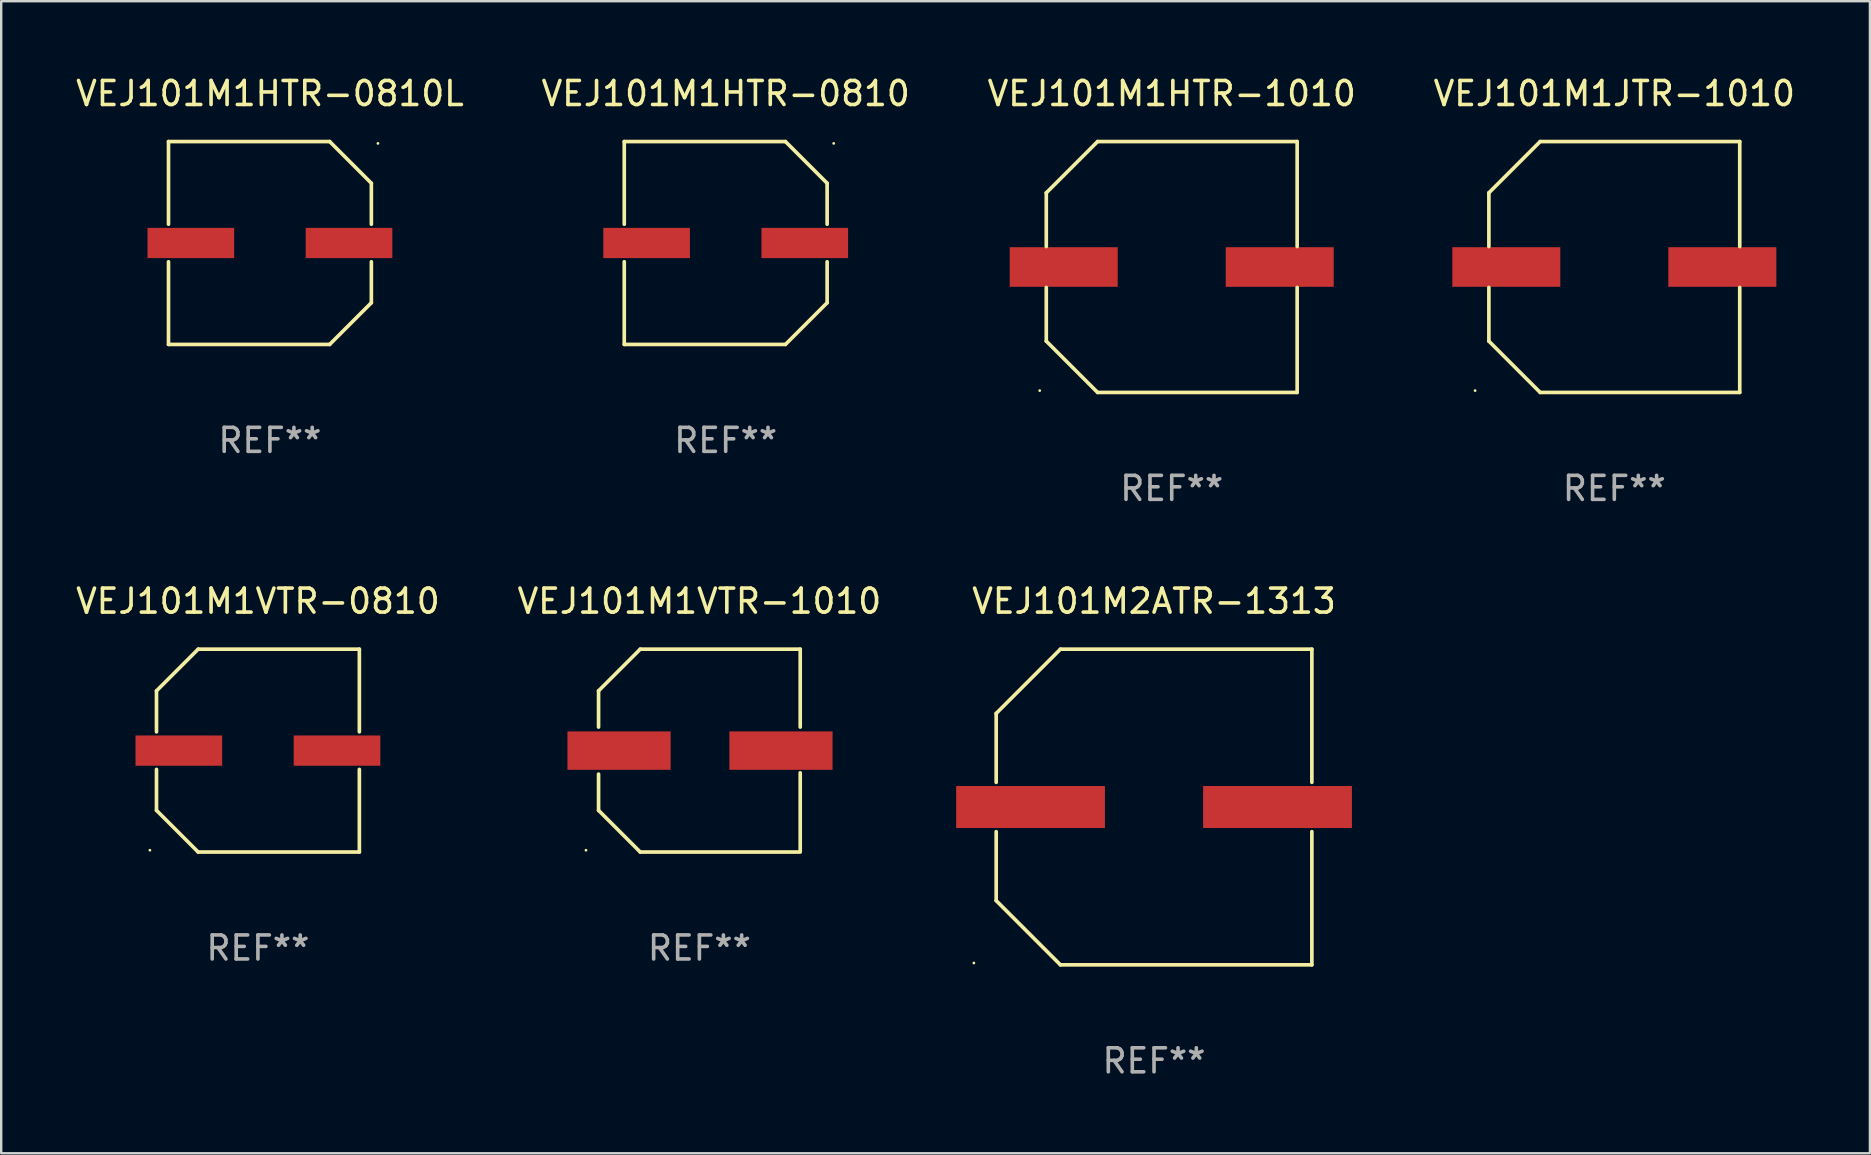
<source format=kicad_pcb>
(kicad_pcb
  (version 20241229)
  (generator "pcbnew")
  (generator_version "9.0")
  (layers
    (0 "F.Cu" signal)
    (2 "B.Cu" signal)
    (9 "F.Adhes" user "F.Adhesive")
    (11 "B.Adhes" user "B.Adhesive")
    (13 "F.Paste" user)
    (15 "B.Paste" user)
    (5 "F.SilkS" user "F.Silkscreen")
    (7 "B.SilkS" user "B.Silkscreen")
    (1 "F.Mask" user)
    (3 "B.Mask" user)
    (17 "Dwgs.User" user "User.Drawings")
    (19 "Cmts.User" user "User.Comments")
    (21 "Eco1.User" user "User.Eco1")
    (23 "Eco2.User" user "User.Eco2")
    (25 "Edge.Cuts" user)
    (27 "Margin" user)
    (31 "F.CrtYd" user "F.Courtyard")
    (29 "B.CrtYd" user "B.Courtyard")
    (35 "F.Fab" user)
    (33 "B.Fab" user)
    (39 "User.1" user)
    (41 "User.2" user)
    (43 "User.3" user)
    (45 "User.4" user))
  (footprint "VEJ101M1HTR-0810"
    (layer "F.Cu")
    (at 27.185 7.074)
    (property "Reference" "VEJ101M1HTR-0810" (at 0 -6.226 0) (layer "F.SilkS") (effects (font (size 1 1) (thickness 0.15))))
    (attr through_hole)
    (fp_line (start -4.226 -4.226) (end 2.49 -4.226) (stroke (width 0.152) (type solid)) (layer "F.SilkS"))
    (fp_line (start -4.226 -0.782) (end -4.226 -4.226) (stroke (width 0.152) (type solid)) (layer "F.SilkS"))
    (fp_line (start -4.226 0.782) (end -4.226 4.226) (stroke (width 0.152) (type solid)) (layer "F.SilkS"))
    (fp_line (start -4.226 4.226) (end 2.49 4.226) (stroke (width 0.152) (type solid)) (layer "F.SilkS"))
    (fp_line (start 2.49 -4.226) (end 4.226 -2.49) (stroke (width 0.152) (type solid)) (layer "F.SilkS"))
    (fp_line (start 2.49 4.226) (end 4.226 2.49) (stroke (width 0.152) (type solid)) (layer "F.SilkS"))
    (fp_line (start 4.226 -2.49) (end 4.226 -0.782) (stroke (width 0.152) (type solid)) (layer "F.SilkS"))
    (fp_line (start 4.226 2.49) (end 4.226 0.782) (stroke (width 0.152) (type solid)) (layer "F.SilkS"))
    (fp_circle (center 4.5 -4.15) (end 4.53 -4.15) (stroke (width 0.06) (type solid)) (fill no) (layer "F.SilkS"))
    (fp_text user "REF**" (at 0 8.226 0) (layer "F.Fab") (effects (font (size 1 1) (thickness 0.15))))
    (pad "1" smd rect (at 3.295 0 180) (size 3.61 1.26) (layers "F.Cu" "F.Mask" "F.Paste"))
    (pad "2" smd rect (at -3.295 0 180) (size 3.61 1.26) (layers "F.Cu" "F.Mask" "F.Paste")))
  (footprint "VEJ101M1VTR-0810"
    (layer "F.Cu")
    (at 7.696 28.223)
    (property "Reference" "VEJ101M1VTR-0810" (at 0 -6.226 0) (layer "F.SilkS") (effects (font (size 1 1) (thickness 0.15))))
    (attr through_hole)
    (fp_line (start -4.226 -2.49) (end -4.226 -0.782) (stroke (width 0.152) (type solid)) (layer "F.SilkS"))
    (fp_line (start -4.226 2.49) (end -4.226 0.782) (stroke (width 0.152) (type solid)) (layer "F.SilkS"))
    (fp_line (start -2.49 -4.226) (end -4.226 -2.49) (stroke (width 0.152) (type solid)) (layer "F.SilkS"))
    (fp_line (start -2.49 4.226) (end -4.226 2.49) (stroke (width 0.152) (type solid)) (layer "F.SilkS"))
    (fp_line (start 4.226 -4.226) (end -2.49 -4.226) (stroke (width 0.152) (type solid)) (layer "F.SilkS"))
    (fp_line (start 4.226 -0.782) (end 4.226 -4.226) (stroke (width 0.152) (type solid)) (layer "F.SilkS"))
    (fp_line (start 4.226 0.782) (end 4.226 4.226) (stroke (width 0.152) (type solid)) (layer "F.SilkS"))
    (fp_line (start 4.226 4.226) (end -2.49 4.226) (stroke (width 0.152) (type solid)) (layer "F.SilkS"))
    (fp_circle (center -4.5 4.15) (end -4.47 4.15) (stroke (width 0.06) (type solid)) (fill no) (layer "F.SilkS"))
    (fp_text user "REF**" (at 0 8.226 0) (layer "F.Fab") (effects (font (size 1 1) (thickness 0.15))))
    (pad "1" smd rect (at -3.295 -0.000076 180) (size 3.61 1.26) (layers "F.Cu" "F.Mask" "F.Paste"))
    (pad "2" smd rect (at 3.295 -0.000076 180) (size 3.61 1.26) (layers "F.Cu" "F.Mask" "F.Paste")))
  (footprint "VEJ101M2ATR-1313"
    (layer "F.Cu")
    (at 45.031 30.573)
    (property "Reference" "VEJ101M2ATR-1313" (at 0 -8.576 0) (layer "F.SilkS") (effects (font (size 1 1) (thickness 0.15))))
    (attr through_hole)
    (fp_line (start -6.576 -3.9) (end -6.576 -1.027) (stroke (width 0.152) (type solid)) (layer "F.SilkS"))
    (fp_line (start -6.576 3.9) (end -6.576 1.027) (stroke (width 0.152) (type solid)) (layer "F.SilkS"))
    (fp_line (start -3.9 -6.576) (end -6.576 -3.9) (stroke (width 0.152) (type solid)) (layer "F.SilkS"))
    (fp_line (start -3.9 6.576) (end -6.576 3.9) (stroke (width 0.152) (type solid)) (layer "F.SilkS"))
    (fp_line (start 6.576 -6.576) (end -3.9 -6.576) (stroke (width 0.152) (type solid)) (layer "F.SilkS"))
    (fp_line (start 6.576 -1.027) (end 6.576 -6.576) (stroke (width 0.152) (type solid)) (layer "F.SilkS"))
    (fp_line (start 6.576 1.027) (end 6.576 6.576) (stroke (width 0.152) (type solid)) (layer "F.SilkS"))
    (fp_line (start 6.576 6.576) (end -3.9 6.576) (stroke (width 0.152) (type solid)) (layer "F.SilkS"))
    (fp_circle (center -7.506 6.5) (end -7.476 6.5) (stroke (width 0.06) (type solid)) (fill no) (layer "F.SilkS"))
    (fp_text user "REF**" (at 0 10.576 0) (layer "F.Fab") (effects (font (size 1 1) (thickness 0.15))))
    (pad "1" smd rect (at -5.145 0) (size 6.2 1.75) (layers "F.Cu" "F.Mask" "F.Paste"))
    (pad "2" smd rect (at 5.145 0) (size 6.2 1.75) (layers "F.Cu" "F.Mask" "F.Paste")))
  (footprint "VEJ101M1HTR-0810L"
    (layer "F.Cu")
    (at 8.196 7.074)
    (property "Reference" "VEJ101M1HTR-0810L" (at 0 -6.226 0) (layer "F.SilkS") (effects (font (size 1 1) (thickness 0.15))))
    (attr through_hole)
    (fp_line (start -4.226 -4.226) (end 2.49 -4.226) (stroke (width 0.152) (type solid)) (layer "F.SilkS"))
    (fp_line (start -4.226 -0.782) (end -4.226 -4.226) (stroke (width 0.152) (type solid)) (layer "F.SilkS"))
    (fp_line (start -4.226 0.782) (end -4.226 4.226) (stroke (width 0.152) (type solid)) (layer "F.SilkS"))
    (fp_line (start -4.226 4.226) (end 2.49 4.226) (stroke (width 0.152) (type solid)) (layer "F.SilkS"))
    (fp_line (start 2.49 -4.226) (end 4.226 -2.49) (stroke (width 0.152) (type solid)) (layer "F.SilkS"))
    (fp_line (start 2.49 4.226) (end 4.226 2.49) (stroke (width 0.152) (type solid)) (layer "F.SilkS"))
    (fp_line (start 4.226 -2.49) (end 4.226 -0.782) (stroke (width 0.152) (type solid)) (layer "F.SilkS"))
    (fp_line (start 4.226 2.49) (end 4.226 0.782) (stroke (width 0.152) (type solid)) (layer "F.SilkS"))
    (fp_circle (center 4.5 -4.15) (end 4.53 -4.15) (stroke (width 0.06) (type solid)) (fill no) (layer "F.SilkS"))
    (fp_text user "REF**" (at 0 8.226 0) (layer "F.Fab") (effects (font (size 1 1) (thickness 0.15))))
    (pad "1" smd rect (at 3.295 0 180) (size 3.61 1.26) (layers "F.Cu" "F.Mask" "F.Paste"))
    (pad "2" smd rect (at -3.295 0 180) (size 3.61 1.26) (layers "F.Cu" "F.Mask" "F.Paste")))
  (footprint "VEJ101M1HTR-1010"
    (layer "F.Cu")
    (at 45.768 8.074)
    (property "Reference" "VEJ101M1HTR-1010" (at 0 -7.226 0) (layer "F.SilkS") (effects (font (size 1 1) (thickness 0.15))))
    (attr through_hole)
    (fp_line (start -5.226 -3.09) (end -5.226 -0.852) (stroke (width 0.152) (type solid)) (layer "F.SilkS"))
    (fp_line (start -5.226 3.09) (end -5.226 0.852) (stroke (width 0.152) (type solid)) (layer "F.SilkS"))
    (fp_line (start -3.09 -5.226) (end -5.226 -3.09) (stroke (width 0.152) (type solid)) (layer "F.SilkS"))
    (fp_line (start -3.09 5.226) (end -5.226 3.09) (stroke (width 0.152) (type solid)) (layer "F.SilkS"))
    (fp_line (start 5.226 -5.226) (end -3.09 -5.226) (stroke (width 0.152) (type solid)) (layer "F.SilkS"))
    (fp_line (start 5.226 -0.852) (end 5.226 -5.226) (stroke (width 0.152) (type solid)) (layer "F.SilkS"))
    (fp_line (start 5.226 0.852) (end 5.226 5.226) (stroke (width 0.152) (type solid)) (layer "F.SilkS"))
    (fp_line (start 5.226 5.226) (end -3.09 5.226) (stroke (width 0.152) (type solid)) (layer "F.SilkS"))
    (fp_circle (center -5.5 5.15) (end -5.47 5.15) (stroke (width 0.06) (type solid)) (fill no) (layer "F.SilkS"))
    (fp_text user "REF**" (at 0 9.226 0) (layer "F.Fab") (effects (font (size 1 1) (thickness 0.15))))
    (pad "1" smd rect (at -4.5 -0.000025) (size 4.5 1.65) (layers "F.Cu" "F.Mask" "F.Paste"))
    (pad "2" smd rect (at 4.5 -0.000025) (size 4.5 1.65) (layers "F.Cu" "F.Mask" "F.Paste")))
  (footprint "VEJ101M1VTR-1010"
    (layer "F.Cu")
    (at 26.089 28.223)
    (property "Reference" "VEJ101M1VTR-1010" (at 0 -6.226 0) (layer "F.SilkS") (effects (font (size 1 1) (thickness 0.15))))
    (attr through_hole)
    (fp_line (start -4.201 -0.98) (end -4.201 -2.49) (stroke (width 0.152) (type solid)) (layer "F.SilkS"))
    (fp_line (start -4.201 2.49) (end -4.201 0.98) (stroke (width 0.152) (type solid)) (layer "F.SilkS"))
    (fp_line (start -2.465 -4.226) (end -4.201 -2.49) (stroke (width 0.152) (type solid)) (layer "F.SilkS"))
    (fp_line (start -2.465 4.226) (end -4.201 2.49) (stroke (width 0.152) (type solid)) (layer "F.SilkS"))
    (fp_line (start 4.201 -4.226) (end -2.465 -4.226) (stroke (width 0.152) (type solid)) (layer "F.SilkS"))
    (fp_line (start 4.201 -4.226) (end 4.201 -0.98) (stroke (width 0.152) (type solid)) (layer "F.SilkS"))
    (fp_line (start 4.201 0.926) (end 4.201 4.172) (stroke (width 0.152) (type solid)) (layer "F.SilkS"))
    (fp_line (start 4.201 4.226) (end -2.465 4.226) (stroke (width 0.152) (type solid)) (layer "F.SilkS"))
    (fp_circle (center -4.725 4.15) (end -4.695 4.15) (stroke (width 0.06) (type solid)) (fill no) (layer "F.SilkS"))
    (fp_text user "REF**" (at 0 8.226 0) (layer "F.Fab") (effects (font (size 1 1) (thickness 0.15))))
    (pad "1" smd rect (at -3.347 0) (size 4.3 1.6) (layers "F.Cu" "F.Mask" "F.Paste"))
    (pad "2" smd rect (at 3.399 0) (size 4.3 1.6) (layers "F.Cu" "F.Mask" "F.Paste")))
  (footprint "VEJ101M1JTR-1010"
    (layer "F.Cu")
    (at 64.208 8.074)
    (property "Reference" "VEJ101M1JTR-1010" (at 0 -7.226 0) (layer "F.SilkS") (effects (font (size 1 1) (thickness 0.15))))
    (attr through_hole)
    (fp_line (start -5.226 -3.09) (end -5.226 -0.852) (stroke (width 0.152) (type solid)) (layer "F.SilkS"))
    (fp_line (start -5.226 3.09) (end -5.226 0.852) (stroke (width 0.152) (type solid)) (layer "F.SilkS"))
    (fp_line (start -3.09 -5.226) (end -5.226 -3.09) (stroke (width 0.152) (type solid)) (layer "F.SilkS"))
    (fp_line (start -3.09 5.226) (end -5.226 3.09) (stroke (width 0.152) (type solid)) (layer "F.SilkS"))
    (fp_line (start 5.226 -5.226) (end -3.09 -5.226) (stroke (width 0.152) (type solid)) (layer "F.SilkS"))
    (fp_line (start 5.226 -0.852) (end 5.226 -5.226) (stroke (width 0.152) (type solid)) (layer "F.SilkS"))
    (fp_line (start 5.226 0.852) (end 5.226 5.226) (stroke (width 0.152) (type solid)) (layer "F.SilkS"))
    (fp_line (start 5.226 5.226) (end -3.09 5.226) (stroke (width 0.152) (type solid)) (layer "F.SilkS"))
    (fp_circle (center -5.8 5.15) (end -5.77 5.15) (stroke (width 0.06) (type solid)) (fill no) (layer "F.SilkS"))
    (fp_text user "REF**" (at 0 9.226 0) (layer "F.Fab") (effects (font (size 1 1) (thickness 0.15))))
    (pad "1" smd rect (at -4.5 0) (size 4.5 1.65) (layers "F.Cu" "F.Mask" "F.Paste"))
    (pad "2" smd rect (at 4.5 0) (size 4.5 1.65) (layers "F.Cu" "F.Mask" "F.Paste")))
  (gr_rect
    (start -3 -3)
    (end 74.857 44.998)
    (stroke (width 0.1) (type default))
    (fill no)
    (layer "Edge.Cuts")))
</source>
